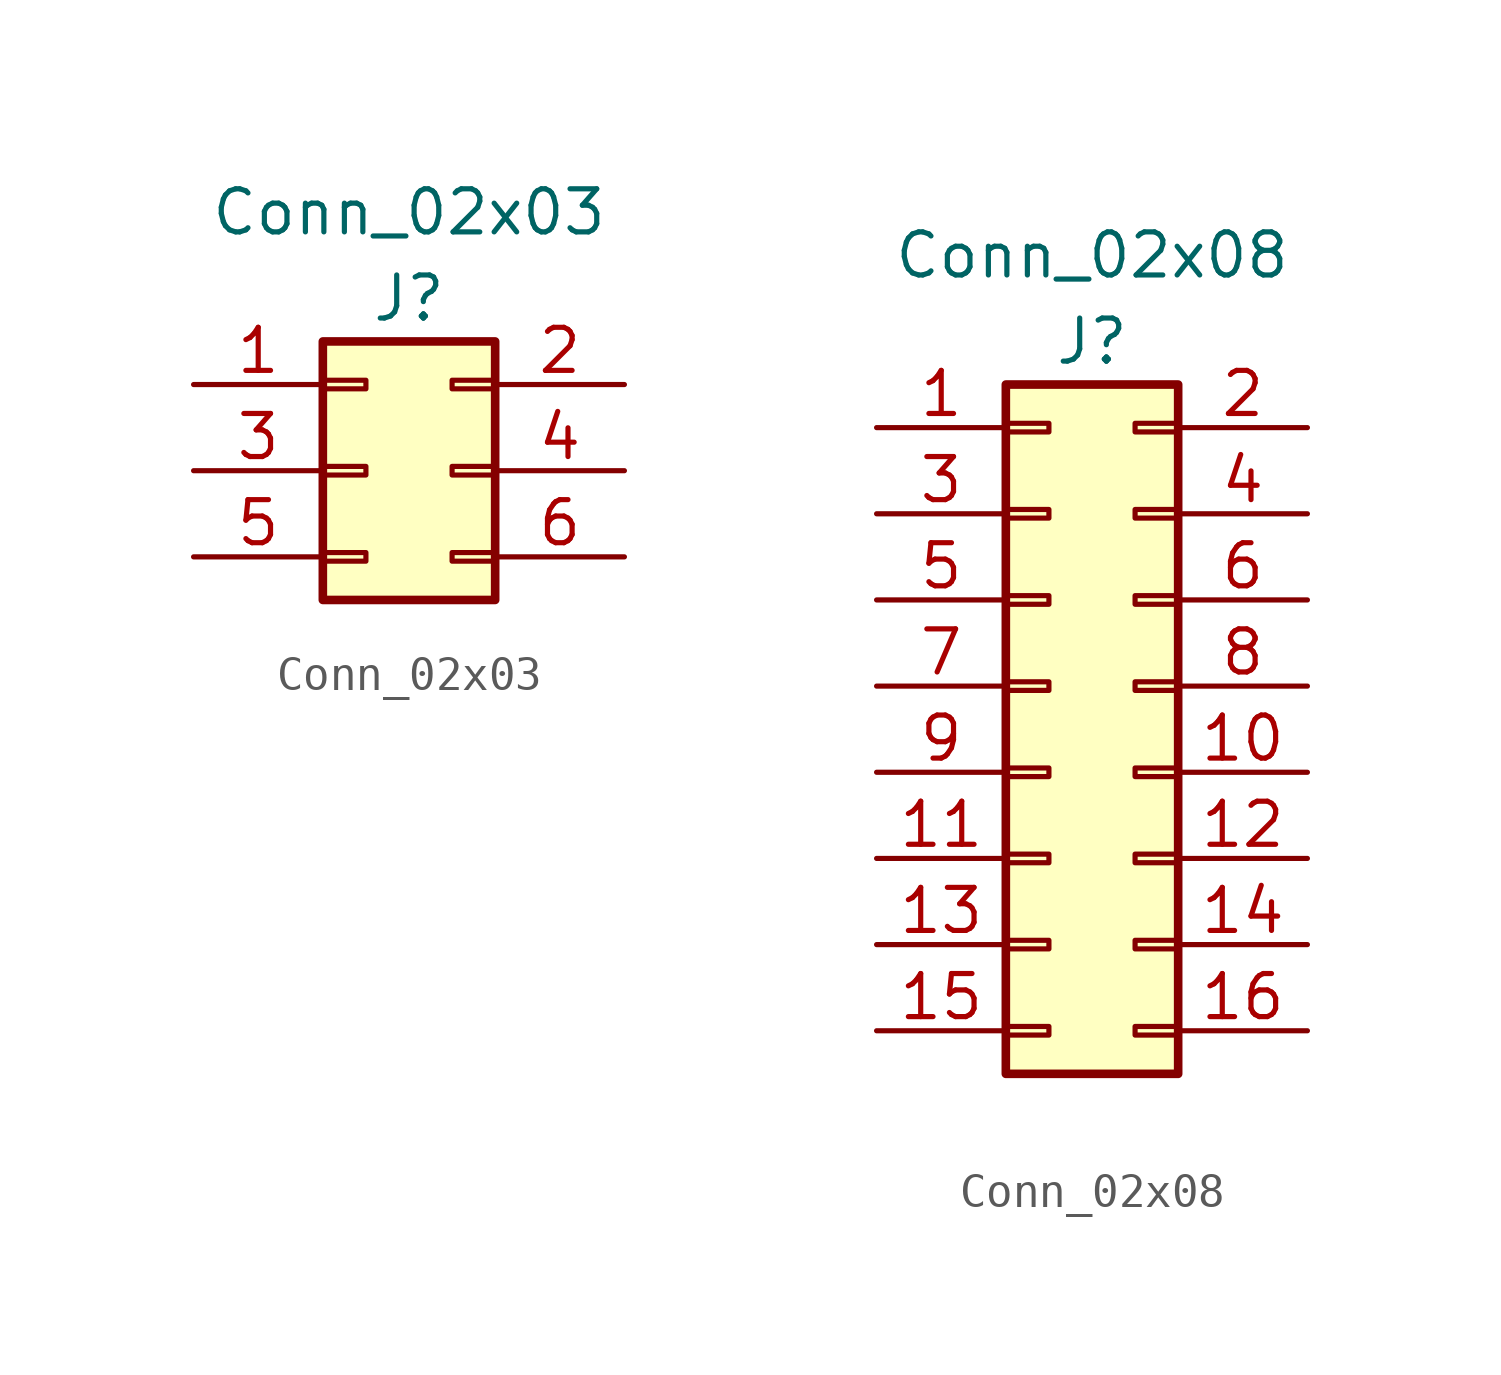
<source format=kicad_sym>
(kicad_symbol_lib
  (version 20211014)
  (generator kicad_symbol_editor)
  (symbol "Conn_02x03"
    (pin_names
      (offset 0.025) hide)
    (property "Reference" "J"
      (at 0 5.08 0)
      (effects (font (size 1.27 1.27))))
    (property "Value" "Conn_02x03"
      (at 0 7.62 0)
      (effects (font (size 1.27 1.27))))
    (symbol "Conn_02x03_0_1"
      (rectangle (start -2.54 -2.413) (end -1.27 -2.667) (stroke (width 0.152) (type default) (color 0 0 0 0)) (fill (type none)))
      (rectangle (start -2.54 0.127) (end -1.27 -0.127) (stroke (width 0.152) (type default) (color 0 0 0 0)) (fill (type none)))
      (rectangle (start -2.54 2.667) (end -1.27 2.413) (stroke (width 0.152) (type default) (color 0 0 0 0)) (fill (type none)))
      (rectangle (start -2.54 3.81) (end 2.54 -3.81) (stroke (width 0.254) (type default) (color 0 0 0 0)) (fill (type background)))
      (rectangle (start 1.27 -2.413) (end 2.54 -2.667) (stroke (width 0.152) (type default) (color 0 0 0 0)) (fill (type none)))
      (rectangle (start 1.27 0.127) (end 2.54 -0.127) (stroke (width 0.152) (type default) (color 0 0 0 0)) (fill (type none)))
      (rectangle (start 1.27 2.667) (end 2.54 2.413) (stroke (width 0.152) (type default) (color 0 0 0 0)) (fill (type none))))
    (symbol "Conn_02x03_1_1"
      (pin passive line (at -6.35 2.54 0) (length 3.81) (name "+12V" (effects (font (size 1.27 1.27)))) (number "1" (effects (font (size 1.27 1.27)))))
      (pin passive line (at 6.35 2.54 180) (length 3.81) (name "+12V" (effects (font (size 1.27 1.27)))) (number "2" (effects (font (size 1.27 1.27)))))
      (pin passive line (at -6.35 0 0) (length 3.81) (name "GND" (effects (font (size 1.27 1.27)))) (number "3" (effects (font (size 1.27 1.27)))))
      (pin passive line (at 6.35 0 180) (length 3.81) (name "GND" (effects (font (size 1.27 1.27)))) (number "4" (effects (font (size 1.27 1.27)))))
      (pin passive line (at -6.35 -2.54 0) (length 3.81) (name "GND" (effects (font (size 1.27 1.27)))) (number "5" (effects (font (size 1.27 1.27)))))
      (pin passive line (at 6.35 -2.54 180) (length 3.81) (name "GND" (effects (font (size 1.27 1.27)))) (number "6" (effects (font (size 1.27 1.27)))))))
  (symbol "Conn_02x08"
    (pin_names
      (offset 0.025) hide)
    (property "Reference" "J"
      (at 0 11.43 0)
      (effects (font (size 1.27 1.27))))
    (property "Value" "Conn_02x08"
      (at 0 13.97 0)
      (effects (font (size 1.27 1.27))))
    (symbol "Conn_02x08_0_1"
      (rectangle (start -2.54 -8.763) (end -1.27 -9.017) (stroke (width 0) (type default) (color 0 0 0 0)) (fill (type none)))
      (rectangle (start -2.54 -6.223) (end -1.27 -6.477) (stroke (width 0) (type default) (color 0 0 0 0)) (fill (type none)))
      (rectangle (start -2.54 -3.683) (end -1.27 -3.937) (stroke (width 0) (type default) (color 0 0 0 0)) (fill (type none)))
      (rectangle (start -2.54 -1.143) (end -1.27 -1.397) (stroke (width 0) (type default) (color 0 0 0 0)) (fill (type none)))
      (rectangle (start -2.54 1.397) (end -1.27 1.143) (stroke (width 0) (type default) (color 0 0 0 0)) (fill (type none)))
      (rectangle (start -2.54 3.937) (end -1.27 3.683) (stroke (width 0) (type default) (color 0 0 0 0)) (fill (type none)))
      (rectangle (start -2.54 6.477) (end -1.27 6.223) (stroke (width 0) (type default) (color 0 0 0 0)) (fill (type none)))
      (rectangle (start -2.54 9.017) (end -1.27 8.763) (stroke (width 0) (type default) (color 0 0 0 0)) (fill (type none)))
      (rectangle (start -2.54 10.16) (end 2.54 -10.16) (stroke (width 0.254) (type default) (color 0 0 0 0)) (fill (type background)))
      (rectangle (start 1.27 -8.763) (end 2.54 -9.017) (stroke (width 0) (type default) (color 0 0 0 0)) (fill (type none)))
      (rectangle (start 1.27 -6.223) (end 2.54 -6.477) (stroke (width 0) (type default) (color 0 0 0 0)) (fill (type none)))
      (rectangle (start 1.27 -3.683) (end 2.54 -3.937) (stroke (width 0) (type default) (color 0 0 0 0)) (fill (type none)))
      (rectangle (start 1.27 -1.143) (end 2.54 -1.397) (stroke (width 0) (type default) (color 0 0 0 0)) (fill (type none)))
      (rectangle (start 1.27 1.397) (end 2.54 1.143) (stroke (width 0) (type default) (color 0 0 0 0)) (fill (type none)))
      (rectangle (start 1.27 3.937) (end 2.54 3.683) (stroke (width 0) (type default) (color 0 0 0 0)) (fill (type none)))
      (rectangle (start 1.27 6.477) (end 2.54 6.223) (stroke (width 0) (type default) (color 0 0 0 0)) (fill (type none)))
      (rectangle (start 1.27 9.017) (end 2.54 8.763) (stroke (width 0) (type default) (color 0 0 0 0)) (fill (type none))))
    (symbol "Conn_02x08_1_1"
      (pin passive line (at -6.35 8.89 0) (length 3.81) (name "P1" (effects (font (size 1.27 1.27)))) (number "1" (effects (font (size 1.27 1.27)))))
      (pin passive line (at 6.35 -1.27 180) (length 3.81) (name "GND" (effects (font (size 1.27 1.27)))) (number "10" (effects (font (size 1.27 1.27)))))
      (pin passive line (at -6.35 -3.81 0) (length 3.81) (name "GND" (effects (font (size 1.27 1.27)))) (number "11" (effects (font (size 1.27 1.27)))))
      (pin passive line (at 6.35 -3.81 180) (length 3.81) (name "GND" (effects (font (size 1.27 1.27)))) (number "12" (effects (font (size 1.27 1.27)))))
      (pin passive line (at -6.35 -6.35 0) (length 3.81) (name "-12" (effects (font (size 1.27 1.27)))) (number "13" (effects (font (size 1.27 1.27)))))
      (pin passive line (at 6.35 -6.35 180) (length 3.81) (name "-12V" (effects (font (size 1.27 1.27)))) (number "14" (effects (font (size 1.27 1.27)))))
      (pin passive line (at -6.35 -8.89 0) (length 3.81) (name "-12V" (effects (font (size 1.27 1.27)))) (number "15" (effects (font (size 1.27 1.27)))))
      (pin passive line (at 6.35 -8.89 180) (length 3.81) (name "P16" (effects (font (size 1.27 1.27)))) (number "16" (effects (font (size 1.27 1.27)))))
      (pin passive line (at 6.35 8.89 180) (length 3.81) (name "P2" (effects (font (size 1.27 1.27)))) (number "2" (effects (font (size 1.27 1.27)))))
      (pin passive line (at -6.35 6.35 0) (length 3.81) (name "P3" (effects (font (size 1.27 1.27)))) (number "3" (effects (font (size 1.27 1.27)))))
      (pin passive line (at 6.35 6.35 180) (length 3.81) (name "P4" (effects (font (size 1.27 1.27)))) (number "4" (effects (font (size 1.27 1.27)))))
      (pin passive line (at -6.35 3.81 0) (length 3.81) (name "+12V" (effects (font (size 1.27 1.27)))) (number "5" (effects (font (size 1.27 1.27)))))
      (pin passive line (at 6.35 3.81 180) (length 3.81) (name "P6" (effects (font (size 1.27 1.27)))) (number "6" (effects (font (size 1.27 1.27)))))
      (pin passive line (at -6.35 1.27 0) (length 3.81) (name "12V" (effects (font (size 1.27 1.27)))) (number "7" (effects (font (size 1.27 1.27)))))
      (pin passive line (at 6.35 1.27 180) (length 3.81) (name "+12V" (effects (font (size 1.27 1.27)))) (number "8" (effects (font (size 1.27 1.27)))))
      (pin passive line (at -6.35 -1.27 0) (length 3.81) (name "GND" (effects (font (size 1.27 1.27)))) (number "9" (effects (font (size 1.27 1.27))))))))
</source>
